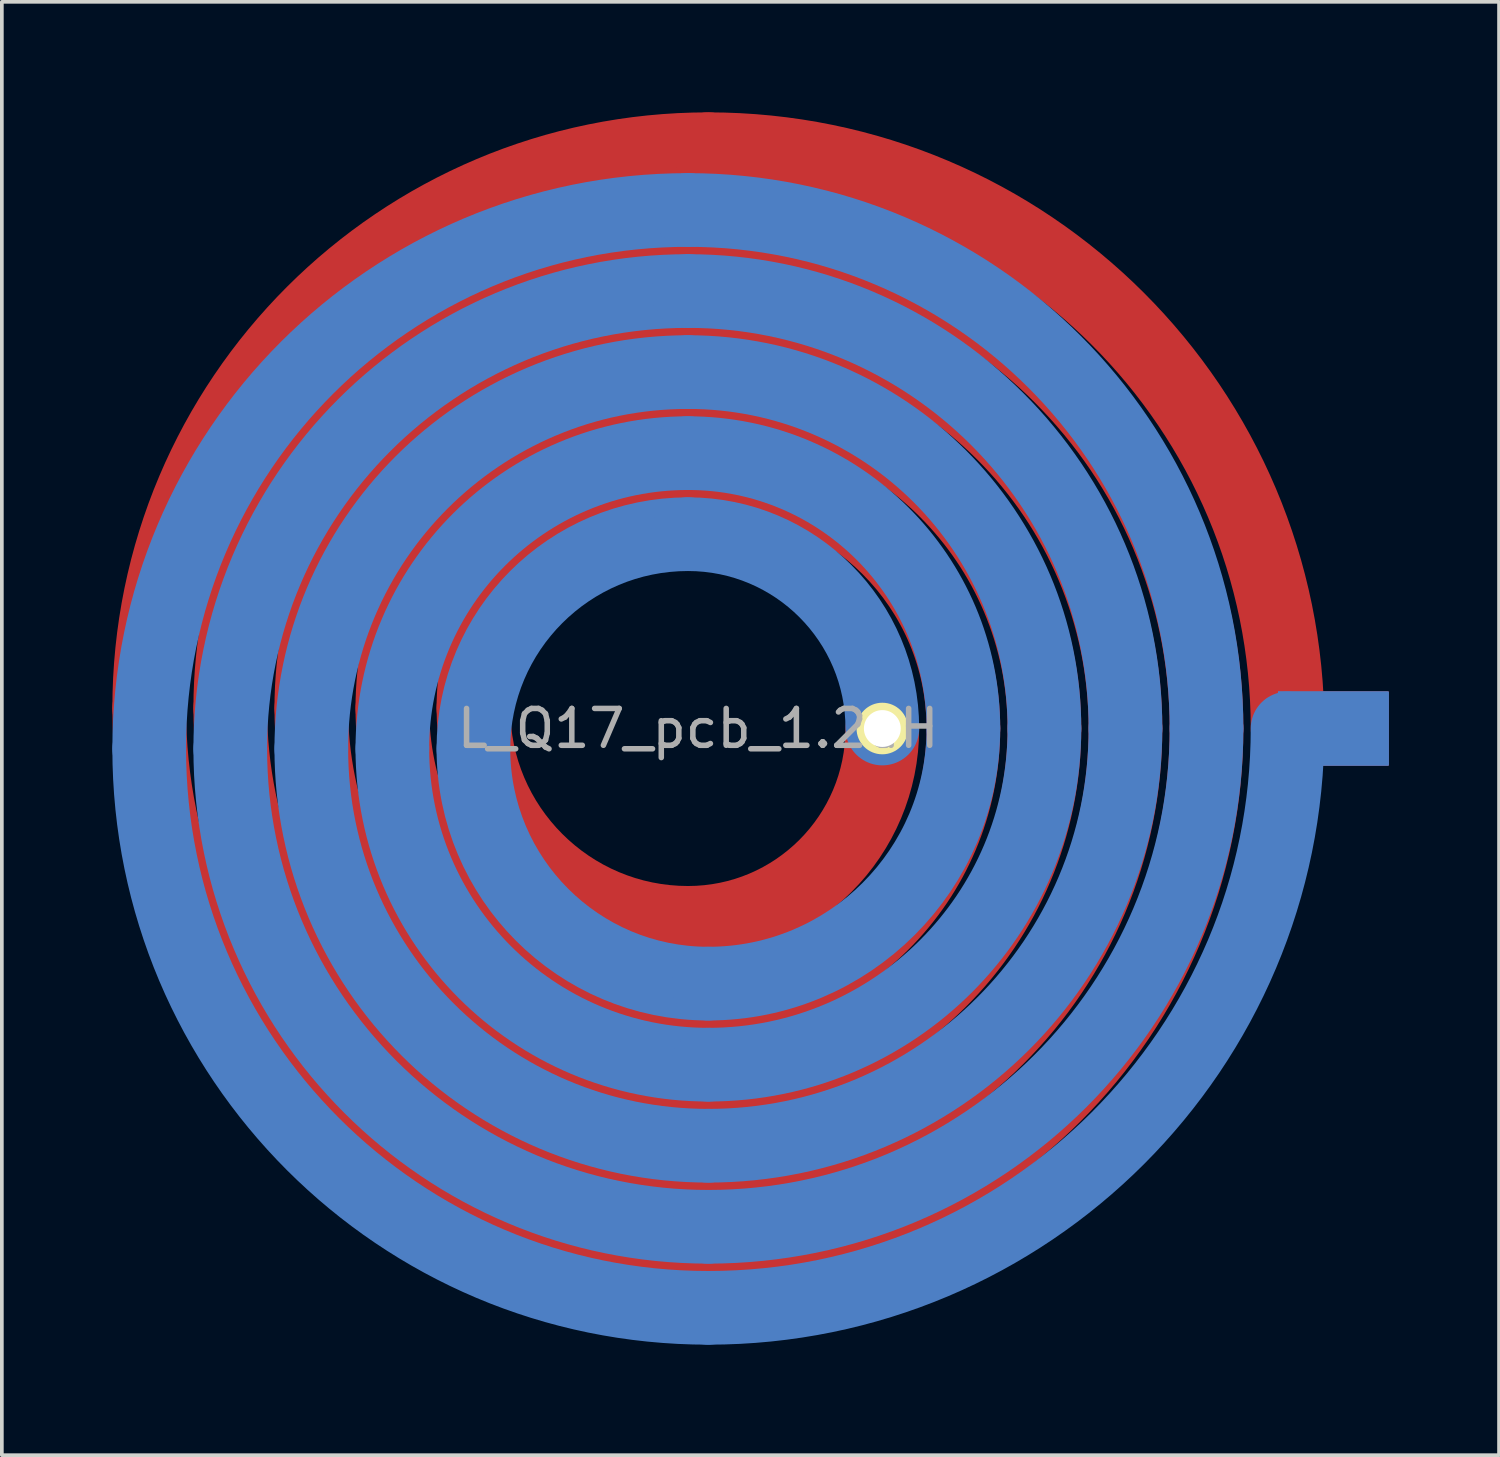
<source format=kicad_pcb>
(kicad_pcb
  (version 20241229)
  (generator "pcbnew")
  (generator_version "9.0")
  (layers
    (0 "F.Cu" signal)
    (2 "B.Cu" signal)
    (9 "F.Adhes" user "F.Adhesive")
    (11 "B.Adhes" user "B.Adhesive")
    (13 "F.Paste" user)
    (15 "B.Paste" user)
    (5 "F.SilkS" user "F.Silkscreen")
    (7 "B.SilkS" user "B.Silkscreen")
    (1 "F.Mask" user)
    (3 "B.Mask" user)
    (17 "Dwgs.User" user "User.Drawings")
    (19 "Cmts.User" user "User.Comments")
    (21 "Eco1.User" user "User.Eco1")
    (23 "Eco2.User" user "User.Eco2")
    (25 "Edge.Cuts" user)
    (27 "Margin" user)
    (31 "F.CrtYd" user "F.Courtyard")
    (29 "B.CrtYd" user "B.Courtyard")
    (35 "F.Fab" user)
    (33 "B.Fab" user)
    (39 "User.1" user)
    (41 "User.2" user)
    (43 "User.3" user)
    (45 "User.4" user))
  (footprint "L_Q17_pcb_1.2uH"
    (layer "F.Cu")
    (at 15.9 16.725)
    (property "Reference" "L_Q17_pcb_1.2uH" (at 0 0 0) (layer "F.Fab") (effects (font (size 1 1) (thickness 0.15))))
    (attr smd)
    (fp_arc (start -14.9 -0.55) (mid -10.455345 -11.280345) (end 0.275 -15.725) (stroke (width 2) (type solid)) (layer "F.Cu"))
    (fp_arc (start -12.7 -0.55) (mid -8.89971 -9.72471) (end 0.275 -13.525) (stroke (width 2) (type solid)) (layer "F.Cu"))
    (fp_arc (start -10.5 -0.55) (mid -7.344076 -8.169076) (end 0.275 -11.325) (stroke (width 2) (type solid)) (layer "F.Cu"))
    (fp_arc (start -8.3 -0.55) (mid -5.788441 -6.613441) (end 0.275 -9.125) (stroke (width 2) (type solid)) (layer "F.Cu"))
    (fp_arc (start -6.1 -0.55) (mid -4.232806 -5.057806) (end 0.275 -6.925) (stroke (width 2) (type solid)) (layer "F.Cu"))
    (fp_arc (start -0.275 5.275) (mid -4.393897 3.568897) (end -6.1 -0.55) (stroke (width 2) (type solid)) (layer "F.Cu"))
    (fp_arc (start -0.275 7.475) (mid -5.949532 5.124532) (end -8.3 -0.55) (stroke (width 2) (type solid)) (layer "F.Cu"))
    (fp_arc (start -0.275 9.675) (mid -7.505167 6.680167) (end -10.5 -0.55) (stroke (width 2) (type solid)) (layer "F.Cu"))
    (fp_arc (start -0.275 11.875) (mid -9.060802 8.235802) (end -12.7 -0.55) (stroke (width 2) (type solid)) (layer "F.Cu"))
    (fp_arc (start -0.275 14.075) (mid -10.616437 9.791437) (end -14.9 -0.55) (stroke (width 2) (type solid)) (layer "F.Cu"))
    (fp_arc (start 0.275 -15.725) (mid 11.394254 -11.119254) (end 16 0) (stroke (width 2) (type solid)) (layer "F.Cu"))
    (fp_arc (start 0.275 -13.525) (mid 9.838619 -9.563619) (end 13.8 0) (stroke (width 2) (type solid)) (layer "F.Cu"))
    (fp_arc (start 0.275 -11.325) (mid 8.282984 -8.007984) (end 11.6 0) (stroke (width 2) (type solid)) (layer "F.Cu"))
    (fp_arc (start 0.275 -9.125) (mid 6.727349 -6.452349) (end 9.4 0) (stroke (width 2) (type solid)) (layer "F.Cu"))
    (fp_arc (start 0.275 -6.925) (mid 5.171714 -4.896714) (end 7.2 0) (stroke (width 2) (type solid)) (layer "F.Cu"))
    (fp_arc (start 5 0) (mid 3.454988 3.729988) (end -0.275 5.275) (stroke (width 2) (type solid)) (layer "F.Cu"))
    (fp_arc (start 7.2 0) (mid 5.010623 5.285623) (end -0.275 7.475) (stroke (width 2) (type solid)) (layer "F.Cu"))
    (fp_arc (start 9.4 0) (mid 6.566258 6.841258) (end -0.275 9.675) (stroke (width 2) (type solid)) (layer "F.Cu"))
    (fp_arc (start 11.6 0) (mid 8.121893 8.396893) (end -0.275 11.875) (stroke (width 2) (type solid)) (layer "F.Cu"))
    (fp_arc (start 13.8 0) (mid 9.677528 9.952528) (end -0.275 14.075) (stroke (width 2) (type solid)) (layer "F.Cu"))
    (fp_arc (start -14.9 -0.55) (mid -10.455346 -11.280345) (end 0.274999 -15.724999) (stroke (width 1.5) (type solid)) (layer "F.Mask"))
    (fp_arc (start -12.7 -0.55) (mid -8.899711 -9.72471) (end 0.274999 -13.524999) (stroke (width 1.5) (type solid)) (layer "F.Mask"))
    (fp_arc (start -10.5 -0.55) (mid -7.344076 -8.169075) (end 0.274999 -11.324999) (stroke (width 1.5) (type solid)) (layer "F.Mask"))
    (fp_arc (start -8.3 -0.55) (mid -5.788441 -6.61344) (end 0.274999 -9.124999) (stroke (width 1.5) (type solid)) (layer "F.Mask"))
    (fp_arc (start -6.1 -0.55) (mid -4.232806 -5.057804) (end 0.274998 -6.924998) (stroke (width 1.5) (type solid)) (layer "F.Mask"))
    (fp_arc (start -0.275 5.275) (mid -4.393896 3.568897) (end -6.099999 -0.549999) (stroke (width 1.5) (type solid)) (layer "F.Mask"))
    (fp_arc (start -0.275 7.475) (mid -5.949531 5.124532) (end -8.299999 -0.549999) (stroke (width 1.5) (type solid)) (layer "F.Mask"))
    (fp_arc (start -0.275 9.675) (mid -7.505165 6.680168) (end -10.499997 -0.549997) (stroke (width 1.5) (type solid)) (layer "F.Mask"))
    (fp_arc (start -0.275 11.875) (mid -9.0608 8.235802) (end -12.699998 -0.549998) (stroke (width 1.5) (type solid)) (layer "F.Mask"))
    (fp_arc (start -0.275 14.075) (mid -10.616436 9.791437) (end -14.899999 -0.549999) (stroke (width 1.5) (type solid)) (layer "F.Mask"))
    (fp_arc (start 0.275 -15.725) (mid 11.394253 -11.119255) (end 15.999998 -0.000002) (stroke (width 1.5) (type solid)) (layer "F.Mask"))
    (fp_arc (start 0.275 -13.525) (mid 9.838619 -9.563619) (end 13.8 0) (stroke (width 1.5) (type solid)) (layer "F.Mask"))
    (fp_arc (start 0.275 -11.325) (mid 8.282984 -8.007984) (end 11.6 0) (stroke (width 1.5) (type solid)) (layer "F.Mask"))
    (fp_arc (start 0.275 -9.125) (mid 6.727349 -6.45235) (end 9.399999 -0.000001) (stroke (width 1.5) (type solid)) (layer "F.Mask"))
    (fp_arc (start 0.275 -6.925) (mid 5.171714 -4.896715) (end 7.199999 -0.000001) (stroke (width 1.5) (type solid)) (layer "F.Mask"))
    (fp_arc (start 5 0) (mid 3.454988 3.729988) (end -0.275 5.275) (stroke (width 1.5) (type solid)) (layer "F.Mask"))
    (fp_arc (start 7.2 0) (mid 5.010624 5.285622) (end -0.274998 7.474998) (stroke (width 1.5) (type solid)) (layer "F.Mask"))
    (fp_arc (start 9.4 0) (mid 6.566259 6.841257) (end -0.274998 9.674998) (stroke (width 1.5) (type solid)) (layer "F.Mask"))
    (fp_arc (start 11.6 0) (mid 8.121893 8.396892) (end -0.274999 11.874999) (stroke (width 1.5) (type solid)) (layer "F.Mask"))
    (fp_arc (start 13.8 0) (mid 9.677528 9.952527) (end -0.274999 14.074999) (stroke (width 1.5) (type solid)) (layer "F.Mask"))
    (fp_arc (start -14.9 0.55) (mid -10.616437 -9.791437) (end -0.275 -14.075) (stroke (width 2) (type solid)) (layer "B.Cu"))
    (fp_arc (start -12.7 0.55) (mid -9.060802 -8.235802) (end -0.275 -11.875) (stroke (width 2) (type solid)) (layer "B.Cu"))
    (fp_arc (start -10.5 0.55) (mid -7.505167 -6.680167) (end -0.275 -9.675) (stroke (width 2) (type solid)) (layer "B.Cu"))
    (fp_arc (start -8.3 0.55) (mid -5.949532 -5.124532) (end -0.275 -7.475) (stroke (width 2) (type solid)) (layer "B.Cu"))
    (fp_arc (start -6.1 0.55) (mid -4.393897 -3.568897) (end -0.275 -5.275) (stroke (width 2) (type solid)) (layer "B.Cu"))
    (fp_arc (start -0.275 -14.075) (mid 9.677528 -9.952528) (end 13.8 0) (stroke (width 2) (type solid)) (layer "B.Cu"))
    (fp_arc (start -0.275 -11.875) (mid 8.121893 -8.396893) (end 11.6 0) (stroke (width 2) (type solid)) (layer "B.Cu"))
    (fp_arc (start -0.275 -9.675) (mid 6.566258 -6.841258) (end 9.4 0) (stroke (width 2) (type solid)) (layer "B.Cu"))
    (fp_arc (start -0.275 -7.475) (mid 5.010623 -5.285623) (end 7.2 0) (stroke (width 2) (type solid)) (layer "B.Cu"))
    (fp_arc (start -0.275 -5.275) (mid 3.454988 -3.729988) (end 5 0) (stroke (width 2) (type solid)) (layer "B.Cu"))
    (fp_arc (start 0.275 6.925) (mid -4.232806 5.057806) (end -6.1 0.55) (stroke (width 2) (type solid)) (layer "B.Cu"))
    (fp_arc (start 0.275 9.125) (mid -5.788441 6.613441) (end -8.3 0.55) (stroke (width 2) (type solid)) (layer "B.Cu"))
    (fp_arc (start 0.275 11.325) (mid -7.344076 8.169076) (end -10.5 0.55) (stroke (width 2) (type solid)) (layer "B.Cu"))
    (fp_arc (start 0.275 13.525) (mid -8.89971 9.72471) (end -12.7 0.55) (stroke (width 2) (type solid)) (layer "B.Cu"))
    (fp_arc (start 0.275 15.725) (mid -10.455345 11.280345) (end -14.9 0.55) (stroke (width 2) (type solid)) (layer "B.Cu"))
    (fp_arc (start 7.2 0) (mid 5.171714 4.896714) (end 0.275 6.925) (stroke (width 2) (type solid)) (layer "B.Cu"))
    (fp_arc (start 9.4 0) (mid 6.727349 6.452349) (end 0.275 9.125) (stroke (width 2) (type solid)) (layer "B.Cu"))
    (fp_arc (start 11.6 0) (mid 8.282984 8.007984) (end 0.275 11.325) (stroke (width 2) (type solid)) (layer "B.Cu"))
    (fp_arc (start 13.8 0) (mid 9.838619 9.563619) (end 0.275 13.525) (stroke (width 2) (type solid)) (layer "B.Cu"))
    (fp_arc (start 16 0) (mid 11.394254 11.119254) (end 0.275 15.725) (stroke (width 2) (type solid)) (layer "B.Cu"))
    (fp_arc (start -14.900001 0.549999) (mid -10.616437 -9.791437) (end -0.275 -14.075) (stroke (width 1.5) (type solid)) (layer "B.Mask"))
    (fp_arc (start -12.700002 0.549998) (mid -9.060802 -8.235803) (end -0.275 -11.875) (stroke (width 1.5) (type solid)) (layer "B.Mask"))
    (fp_arc (start -10.500003 0.549997) (mid -7.505168 -6.680169) (end -0.275 -9.675) (stroke (width 1.5) (type solid)) (layer "B.Mask"))
    (fp_arc (start -8.300001 0.549999) (mid -5.949532 -5.124533) (end -0.275 -7.475) (stroke (width 1.5) (type solid)) (layer "B.Mask"))
    (fp_arc (start -6.100001 0.549999) (mid -4.393897 -3.568898) (end -0.275 -5.275) (stroke (width 1.5) (type solid)) (layer "B.Mask"))
    (fp_arc (start -0.275 -5.275) (mid 3.454988 -3.729988) (end 5 0) (stroke (width 1.5) (type solid)) (layer "B.Mask"))
    (fp_arc (start -0.274999 -14.075001) (mid 9.677529 -9.952528) (end 13.8 0) (stroke (width 1.5) (type solid)) (layer "B.Mask"))
    (fp_arc (start -0.274999 -11.875001) (mid 8.121894 -8.396893) (end 11.6 0) (stroke (width 1.5) (type solid)) (layer "B.Mask"))
    (fp_arc (start -0.274998 -9.675002) (mid 6.56626 -6.841259) (end 9.4 0) (stroke (width 1.5) (type solid)) (layer "B.Mask"))
    (fp_arc (start -0.274998 -7.475002) (mid 5.010625 -5.285624) (end 7.2 0) (stroke (width 1.5) (type solid)) (layer "B.Mask"))
    (fp_arc (start 0.274998 6.925002) (mid -4.232807 5.057806) (end -6.1 0.55) (stroke (width 1.5) (type solid)) (layer "B.Mask"))
    (fp_arc (start 0.274999 9.125001) (mid -5.788441 6.613441) (end -8.3 0.55) (stroke (width 1.5) (type solid)) (layer "B.Mask"))
    (fp_arc (start 0.274999 11.325001) (mid -7.344076 8.169076) (end -10.5 0.55) (stroke (width 1.5) (type solid)) (layer "B.Mask"))
    (fp_arc (start 0.274999 13.525001) (mid -8.899711 9.724711) (end -12.7 0.55) (stroke (width 1.5) (type solid)) (layer "B.Mask"))
    (fp_arc (start 0.274999 15.725001) (mid -10.455346 11.280346) (end -14.9 0.55) (stroke (width 1.5) (type solid)) (layer "B.Mask"))
    (fp_arc (start 7.200001 0.000001) (mid 5.171715 4.896715) (end 0.275 6.925) (stroke (width 1.5) (type solid)) (layer "B.Mask"))
    (fp_arc (start 9.400001 0.000001) (mid 6.72735 6.45235) (end 0.275 9.125) (stroke (width 1.5) (type solid)) (layer "B.Mask"))
    (fp_arc (start 11.6 0) (mid 8.282984 8.007984) (end 0.275 11.325) (stroke (width 1.5) (type solid)) (layer "B.Mask"))
    (fp_arc (start 13.8 0) (mid 9.838619 9.563619) (end 0.275 13.525) (stroke (width 1.5) (type solid)) (layer "B.Mask"))
    (fp_arc (start 16.000002 0.000002) (mid 11.394255 11.119256) (end 0.275 15.725) (stroke (width 1.5) (type solid)) (layer "B.Mask"))
    (pad "1" smd rect (at 17.24 0) (size 3 2) (layers "*.Mask" "F.Cu" "F.Paste"))
    (pad "1" smd rect (at 17.24 0) (size 3 2) (layers "*.Mask" "F.Cu" "F.Paste"))
    (pad "1" smd rect (at 17.24 0) (size 3 2) (layers "*.Mask" "F.Cu" "F.Paste"))
    (pad "1" smd rect (at 17.24 0) (size 3 2) (layers "*.Mask" "F.Cu" "F.Paste"))
    (pad "2" smd rect (at 17.24 0) (size 3 2) (layers "B.Cu" "B.Mask" "B.Paste"))
    (pad "2" smd rect (at 17.24 0) (size 3 2) (layers "B.Cu" "B.Mask" "B.Paste"))
    (pad "2" smd rect (at 17.24 0) (size 3 2) (layers "B.Cu" "B.Mask" "B.Paste"))
    (pad "2" smd rect (at 17.24 0) (size 3 2) (layers "B.Cu" "B.Mask" "B.Paste"))
    (pad "lc" thru_hole circle (at 5 0) (size 1.4 1.4) (drill 1) (layers "*.Cu" "*.Mask" "F.SilkS")))
  (gr_rect
    (start -3 -3)
    (end 37.64 36.45)
    (stroke (width 0.1) (type default))
    (fill no)
    (layer "Edge.Cuts")))
</source>
